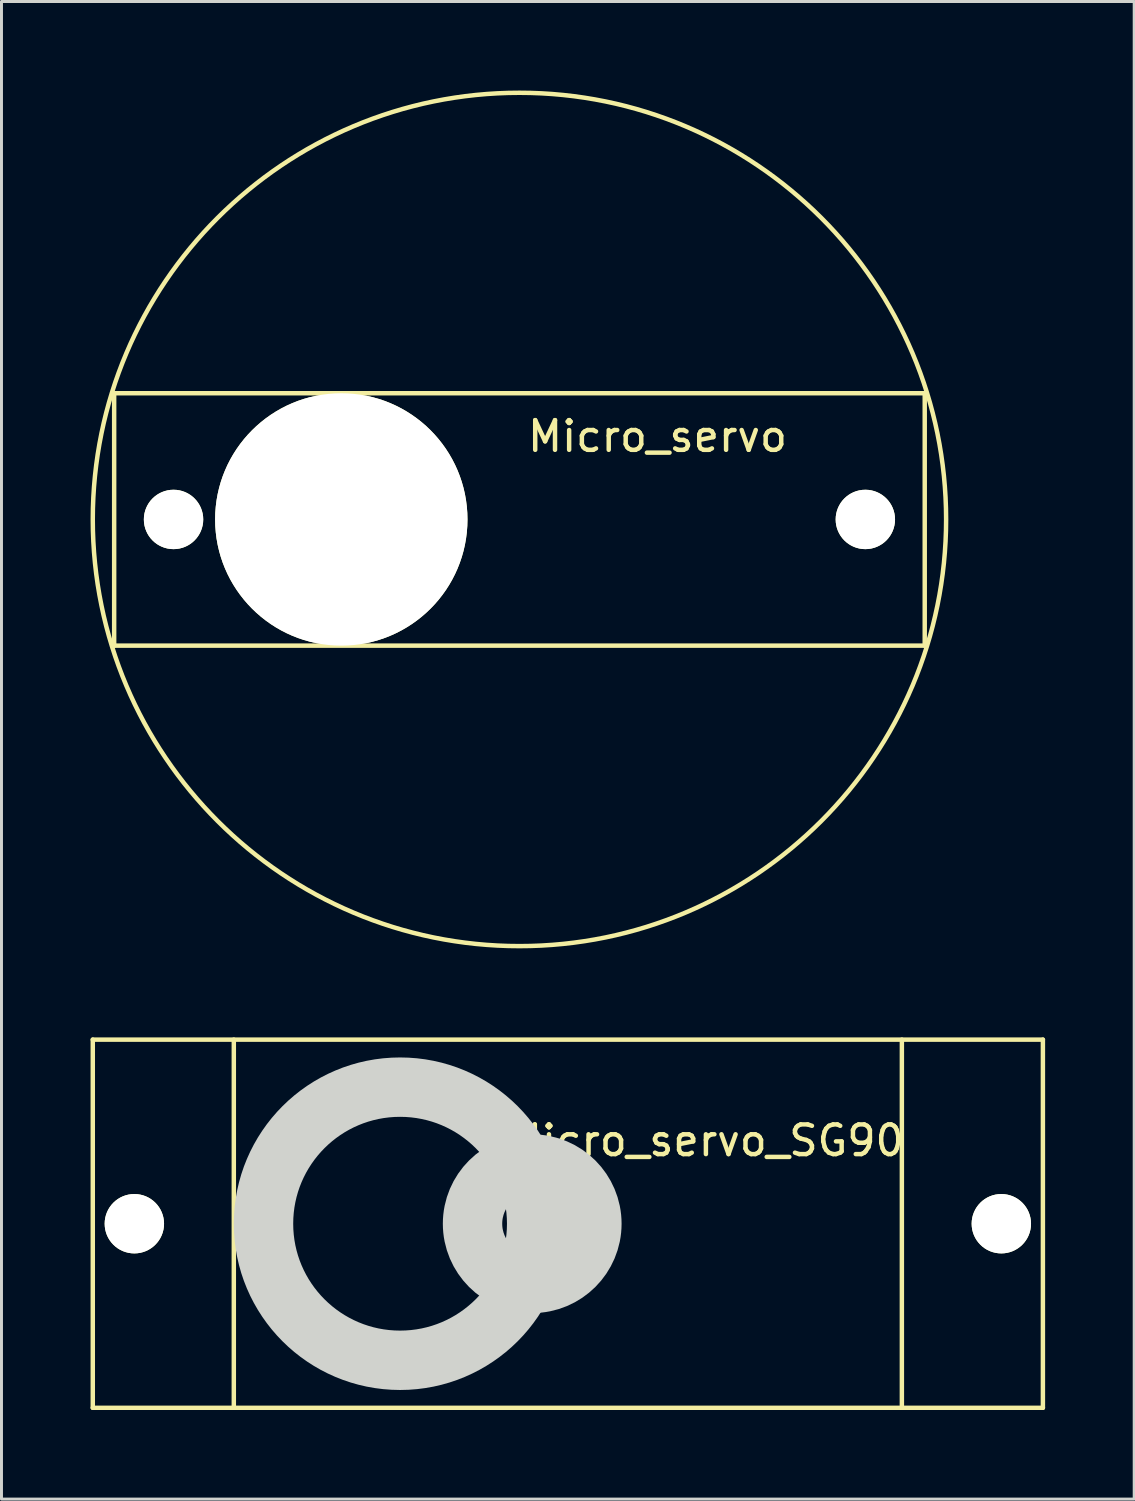
<source format=kicad_pcb>
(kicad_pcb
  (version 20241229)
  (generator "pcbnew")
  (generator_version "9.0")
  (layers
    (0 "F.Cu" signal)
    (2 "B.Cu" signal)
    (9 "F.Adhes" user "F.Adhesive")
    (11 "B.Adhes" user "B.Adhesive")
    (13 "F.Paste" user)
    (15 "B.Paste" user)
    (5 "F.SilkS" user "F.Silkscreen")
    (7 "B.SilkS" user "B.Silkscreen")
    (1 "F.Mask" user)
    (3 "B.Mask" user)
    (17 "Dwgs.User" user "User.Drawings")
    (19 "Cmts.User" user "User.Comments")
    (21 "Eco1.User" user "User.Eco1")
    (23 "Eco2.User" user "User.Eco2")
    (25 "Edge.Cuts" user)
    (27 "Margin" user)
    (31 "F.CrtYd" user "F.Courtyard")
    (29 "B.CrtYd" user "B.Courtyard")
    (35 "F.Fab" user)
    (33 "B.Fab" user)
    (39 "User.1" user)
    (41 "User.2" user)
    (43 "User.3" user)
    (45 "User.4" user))
  (footprint "Micro_servo_SG90"
    (layer "F.Cu")
    (at 16.075 38.165)
    (property "Reference" "Micro_servo_SG90" (at 4.65 -2.8 0) (layer "F.SilkS") (effects (font (size 1 1) (thickness 0.15))))
    (attr through_hole)
    (fp_line (start -16 -6.2) (end -16 6.2) (stroke (width 0.15) (type solid)) (layer "F.SilkS"))
    (fp_line (start -16 -6.2) (end 16 -6.2) (stroke (width 0.15) (type solid)) (layer "F.SilkS"))
    (fp_line (start -11.25 -6.2) (end -11.25 6.2) (stroke (width 0.15) (type solid)) (layer "F.SilkS"))
    (fp_line (start 11.25 -6.2) (end 11.25 6.2) (stroke (width 0.15) (type solid)) (layer "F.SilkS"))
    (fp_line (start 16 -6.2) (end 16 6.2) (stroke (width 0.15) (type solid)) (layer "F.SilkS"))
    (fp_line (start 16 6.2) (end -16 6.2) (stroke (width 0.15) (type solid)) (layer "F.SilkS"))
    (fp_circle (center -5.65 0) (end -1.05 0) (stroke (width 2) (type solid)) (fill no) (layer "Edge.Cuts"))
    (fp_circle (center -1.2 0) (end 0.8 -0.2) (stroke (width 2) (type solid)) (fill no) (layer "Edge.Cuts"))
    (pad "" np_thru_hole circle (at -14.6 0) (size 2 2) (drill 2) (layers "*.Cu" "*.Mask" "F.SilkS"))
    (pad "" np_thru_hole circle (at 14.6 0) (size 2 2) (drill 2) (layers "*.Cu" "*.Mask" "F.SilkS")))
  (footprint "Micro_servo"
    (layer "F.Cu")
    (at 14.445 14.445)
    (property "Reference" "Micro_servo" (at 4.65 -2.8 0) (layer "F.SilkS") (effects (font (size 1 1) (thickness 0.15))))
    (attr through_hole)
    (fp_line (start -13.65 -4.25) (end -13.65 4.25) (stroke (width 0.15) (type solid)) (layer "F.SilkS"))
    (fp_line (start -13.65 -4.25) (end 13.65 -4.25) (stroke (width 0.15) (type solid)) (layer "F.SilkS"))
    (fp_line (start 13.65 -4.25) (end 13.65 4.25) (stroke (width 0.15) (type solid)) (layer "F.SilkS"))
    (fp_line (start 13.65 4.25) (end -13.65 4.25) (stroke (width 0.15) (type solid)) (layer "F.SilkS"))
    (fp_circle (center 0 0) (end 12.55 7) (stroke (width 0.15) (type solid)) (fill no) (layer "F.SilkS"))
    (pad "" np_thru_hole circle (at -11.65 0) (size 2 2) (drill 2) (layers "*.Cu" "*.Mask" "F.SilkS"))
    (pad "" np_thru_hole circle (at -6 0) (size 8.5 8.5) (drill 8.5) (layers "*.Cu" "*.Mask" "F.SilkS"))
    (pad "" np_thru_hole circle (at 11.65 0) (size 2 2) (drill 2) (layers "*.Cu" "*.Mask" "F.SilkS")))
  (gr_rect
    (start -3 -3)
    (end 35.15 47.44)
    (stroke (width 0.1) (type default))
    (fill no)
    (layer "Edge.Cuts")))
</source>
